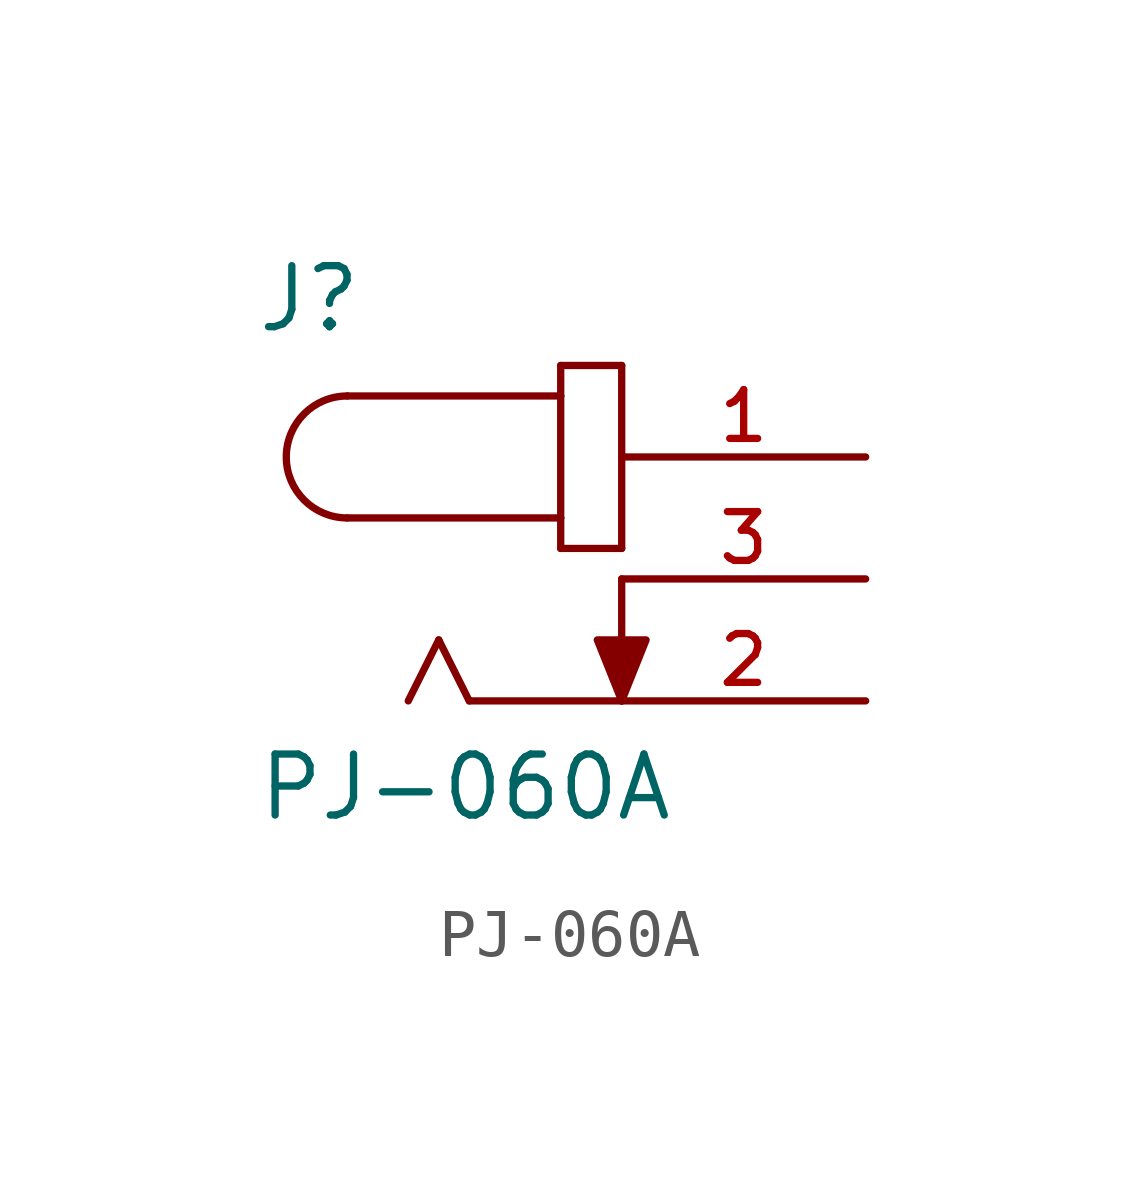
<source format=kicad_sym>
(kicad_symbol_lib
  (version 20211014)
  (generator kicad_symbol_editor)
  (symbol "PJ-060A"
    (pin_names
      (offset 1.016))
    (property "Reference" "J"
      (at -7.635 5.09 0)
      (effects (font (size 1.27 1.27)) (justify bottom left)))
    (property "Value" "PJ-060A"
      (at -7.62 -5.08 0)
      (effects (font (size 1.27 1.27)) (justify bottom left)))
    (symbol "PJ-060A_0_0"
      (arc (start -5.715 3.81) (mid -6.985 2.54) (end -5.715 1.27) (stroke (width 0.1524) (type default) (color 0 0 0 0)) (fill (type none)))
      (polyline (pts (xy -5.715 3.81) (xy -1.27 3.81)) (stroke (width 0.152)))
      (polyline (pts (xy -1.27 3.81) (xy -1.27 1.27)) (stroke (width 0.152)))
      (polyline (pts (xy -1.27 1.27) (xy -5.715 1.27)) (stroke (width 0.152)))
      (polyline (pts (xy -1.27 1.27) (xy -1.27 0.635)) (stroke (width 0.152)))
      (polyline (pts (xy -1.27 0.635) (xy 0.0 0.635)) (stroke (width 0.152)))
      (polyline (pts (xy 0.0 0.635) (xy 0.0 4.445)) (stroke (width 0.152)))
      (polyline (pts (xy 0.0 4.445) (xy -1.27 4.445)) (stroke (width 0.152)))
      (polyline (pts (xy -1.27 4.445) (xy -1.27 3.81)) (stroke (width 0.152)))
      (polyline (pts (xy 0.0 -2.54) (xy -3.175 -2.54)) (stroke (width 0.152)))
      (polyline (pts (xy -3.175 -2.54) (xy -3.81 -1.27)) (stroke (width 0.152)))
      (polyline (pts (xy -3.81 -1.27) (xy -4.445 -2.54)) (stroke (width 0.152)))
      (polyline (pts (xy 0.0 0.0) (xy 0.0 -2.54)) (stroke (width 0.152)))
      (polyline (pts (xy 0.0 -2.54) (xy -0.508 -1.27) (xy 0.508 -1.27) (xy 0.0 -2.54)) (stroke (width 0.152)) (fill (type outline)))
      (pin passive line (at 5.08 2.54 180.0) (length 5.08) (name "~" (effects (font (size 1.016 1.016)))) (number "1" (effects (font (size 1.016 1.016)))))
      (pin passive line (at 5.08 0.0 180.0) (length 5.08) (name "~" (effects (font (size 1.016 1.016)))) (number "3" (effects (font (size 1.016 1.016)))))
      (pin passive line (at 5.08 -2.54 180.0) (length 5.08) (name "~" (effects (font (size 1.016 1.016)))) (number "2" (effects (font (size 1.016 1.016))))))))
</source>
